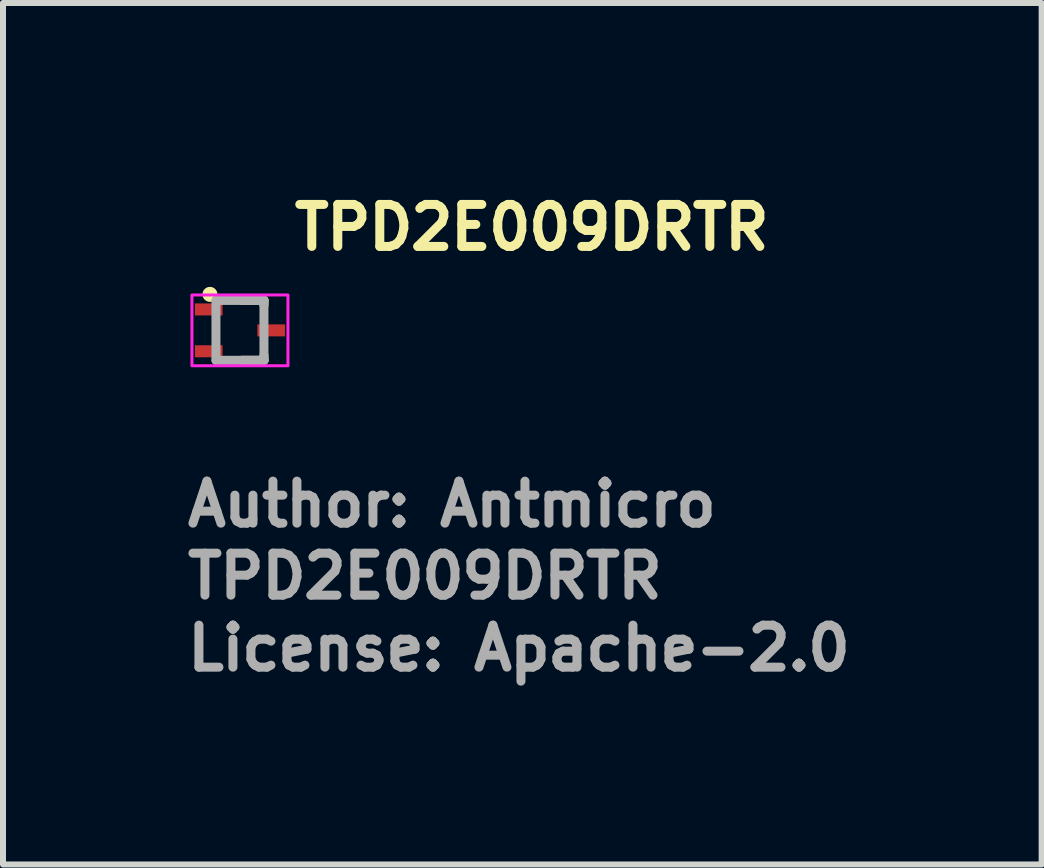
<source format=kicad_pcb>
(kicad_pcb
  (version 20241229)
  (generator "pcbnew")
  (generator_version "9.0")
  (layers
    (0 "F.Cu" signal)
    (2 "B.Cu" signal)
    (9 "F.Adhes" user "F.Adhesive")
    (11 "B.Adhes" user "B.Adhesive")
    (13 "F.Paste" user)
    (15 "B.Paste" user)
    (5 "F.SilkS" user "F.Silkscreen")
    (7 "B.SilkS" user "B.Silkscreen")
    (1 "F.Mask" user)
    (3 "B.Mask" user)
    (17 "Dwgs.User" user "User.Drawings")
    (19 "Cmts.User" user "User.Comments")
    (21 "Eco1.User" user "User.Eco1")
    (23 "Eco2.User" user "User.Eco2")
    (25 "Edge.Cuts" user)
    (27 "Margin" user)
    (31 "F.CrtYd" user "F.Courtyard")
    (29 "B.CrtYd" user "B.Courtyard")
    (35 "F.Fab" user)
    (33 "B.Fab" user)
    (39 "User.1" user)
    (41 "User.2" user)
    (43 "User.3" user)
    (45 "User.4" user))
  (footprint "TPD2E009DRTR"
    (layer "F.Cu")
    (at 0.949 2.456)
    (property "Reference" "TPD2E009DRTR" (at 0.832 -1.306 0) (layer "F.SilkS") (effects (font (size 0.7 0.7) (thickness 0.15)) (justify left bottom)))
    (attr smd)
    (fp_line (start 0.03 -0.499) (end 0.4 -0.499) (stroke (width 0.15) (type solid)) (layer "F.SilkS"))
    (fp_line (start 0.03 0.499) (end 0.4 0.499) (stroke (width 0.15) (type solid)) (layer "F.SilkS"))
    (fp_line (start 0.4 -0.419) (end 0.4 -0.499) (stroke (width 0.15) (type solid)) (layer "F.SilkS"))
    (fp_line (start 0.4 0.42) (end 0.4 0.499) (stroke (width 0.15) (type solid)) (layer "F.SilkS"))
    (fp_circle (center -0.5 -0.6) (end -0.45 -0.6) (stroke (width 0.15) (type solid)) (fill yes) (layer "F.SilkS"))
    (fp_rect (start -0.8 -0.59) (end 0.8 0.59) (stroke (width 0.05) (type solid)) (fill no) (layer "F.CrtYd"))
    (fp_line (start -0.4 -0.499) (end 0.4 -0.499) (stroke (width 0.15) (type solid)) (layer "F.Fab"))
    (fp_line (start -0.4 0.499) (end -0.4 -0.499) (stroke (width 0.15) (type solid)) (layer "F.Fab"))
    (fp_line (start 0.4 -0.499) (end 0.4 0.499) (stroke (width 0.15) (type solid)) (layer "F.Fab"))
    (fp_line (start 0.4 0.499) (end -0.4 0.499) (stroke (width 0.15) (type solid)) (layer "F.Fab"))
    (fp_rect (start -0.5 -0.499) (end 0.5 0.499) (stroke (width 0.1) (type solid)) (fill no) (layer "User.5"))
    (fp_line (start -0.5 -0.424) (end -0.394 -0.424) (stroke (width 0.02) (type solid)) (layer "User.9"))
    (fp_line (start -0.5 -0.275) (end -0.5 -0.424) (stroke (width 0.02) (type solid)) (layer "User.9"))
    (fp_line (start -0.5 0.274) (end -0.394 0.274) (stroke (width 0.02) (type solid)) (layer "User.9"))
    (fp_line (start -0.5 0.425) (end -0.5 0.274) (stroke (width 0.02) (type solid)) (layer "User.9"))
    (fp_line (start -0.4 -0.499) (end -0.4 -0.424) (stroke (width 0.02) (type solid)) (layer "User.9"))
    (fp_line (start -0.4 -0.275) (end -0.4 0.274) (stroke (width 0.02) (type solid)) (layer "User.9"))
    (fp_line (start -0.4 0.425) (end -0.4 0.499) (stroke (width 0.02) (type solid)) (layer "User.9"))
    (fp_line (start -0.4 0.499) (end 0.4 0.499) (stroke (width 0.02) (type solid)) (layer "User.9"))
    (fp_line (start -0.394 -0.275) (end -0.5 -0.275) (stroke (width 0.02) (type solid)) (layer "User.9"))
    (fp_line (start -0.394 -0.275) (end -0.394 -0.424) (stroke (width 0.02) (type solid)) (layer "User.9"))
    (fp_line (start -0.394 0.425) (end -0.5 0.425) (stroke (width 0.02) (type solid)) (layer "User.9"))
    (fp_line (start -0.394 0.425) (end -0.394 0.274) (stroke (width 0.02) (type solid)) (layer "User.9"))
    (fp_line (start -0.352 -0.451) (end -0.4 -0.499) (stroke (width 0.02) (type solid)) (layer "User.9"))
    (fp_line (start -0.352 -0.451) (end -0.352 0.452) (stroke (width 0.02) (type solid)) (layer "User.9"))
    (fp_line (start -0.352 0.452) (end -0.4 0.499) (stroke (width 0.02) (type solid)) (layer "User.9"))
    (fp_line (start -0.352 0.452) (end 0.352 0.452) (stroke (width 0.02) (type solid)) (layer "User.9"))
    (fp_line (start 0.352 -0.451) (end -0.352 -0.451) (stroke (width 0.02) (type solid)) (layer "User.9"))
    (fp_line (start 0.352 -0.451) (end 0.4 -0.499) (stroke (width 0.02) (type solid)) (layer "User.9"))
    (fp_line (start 0.352 0.452) (end 0.352 -0.451) (stroke (width 0.02) (type solid)) (layer "User.9"))
    (fp_line (start 0.352 0.452) (end 0.4 0.499) (stroke (width 0.02) (type solid)) (layer "User.9"))
    (fp_line (start 0.394 -0.075) (end 0.5 -0.075) (stroke (width 0.02) (type solid)) (layer "User.9"))
    (fp_line (start 0.394 0.074) (end 0.394 -0.075) (stroke (width 0.02) (type solid)) (layer "User.9"))
    (fp_line (start 0.4 -0.499) (end -0.4 -0.499) (stroke (width 0.02) (type solid)) (layer "User.9"))
    (fp_line (start 0.4 -0.075) (end 0.4 -0.499) (stroke (width 0.02) (type solid)) (layer "User.9"))
    (fp_line (start 0.4 0.499) (end 0.4 0.074) (stroke (width 0.02) (type solid)) (layer "User.9"))
    (fp_line (start 0.5 -0.075) (end 0.5 0.074) (stroke (width 0.02) (type solid)) (layer "User.9"))
    (fp_line (start 0.5 0.074) (end 0.394 0.074) (stroke (width 0.02) (type solid)) (layer "User.9"))
    (fp_text user "License: Apache-2.0" (at -0.949 5.706 0) (layer "F.Fab") (effects (font (size 0.7 0.7) (thickness 0.15)) (justify left bottom)))
    (fp_text user "${REFERENCE}" (at -0.949 4.506 0) (layer "F.Fab") (effects (font (size 0.7 0.7) (thickness 0.15)) (justify left bottom)))
    (fp_text user "Author: Antmicro" (at -0.949 3.306 0) (layer "F.Fab") (effects (font (size 0.7 0.7) (thickness 0.15)) (justify left bottom)))
    (pad "1" smd rect (at -0.52 -0.349) (size 0.46 0.2) (layers "F.Cu" "F.Mask" "F.Paste"))
    (pad "2" smd rect (at -0.52 0.348) (size 0.46 0.2) (layers "F.Cu" "F.Mask" "F.Paste"))
    (pad "3" smd rect (at 0.52 0) (size 0.46 0.2) (layers "F.Cu" "F.Mask" "F.Paste")))
  (gr_rect
    (start -3 -3)
    (end 14.31 11.357)
    (stroke (width 0.1) (type default))
    (fill no)
    (layer "Edge.Cuts")))
</source>
